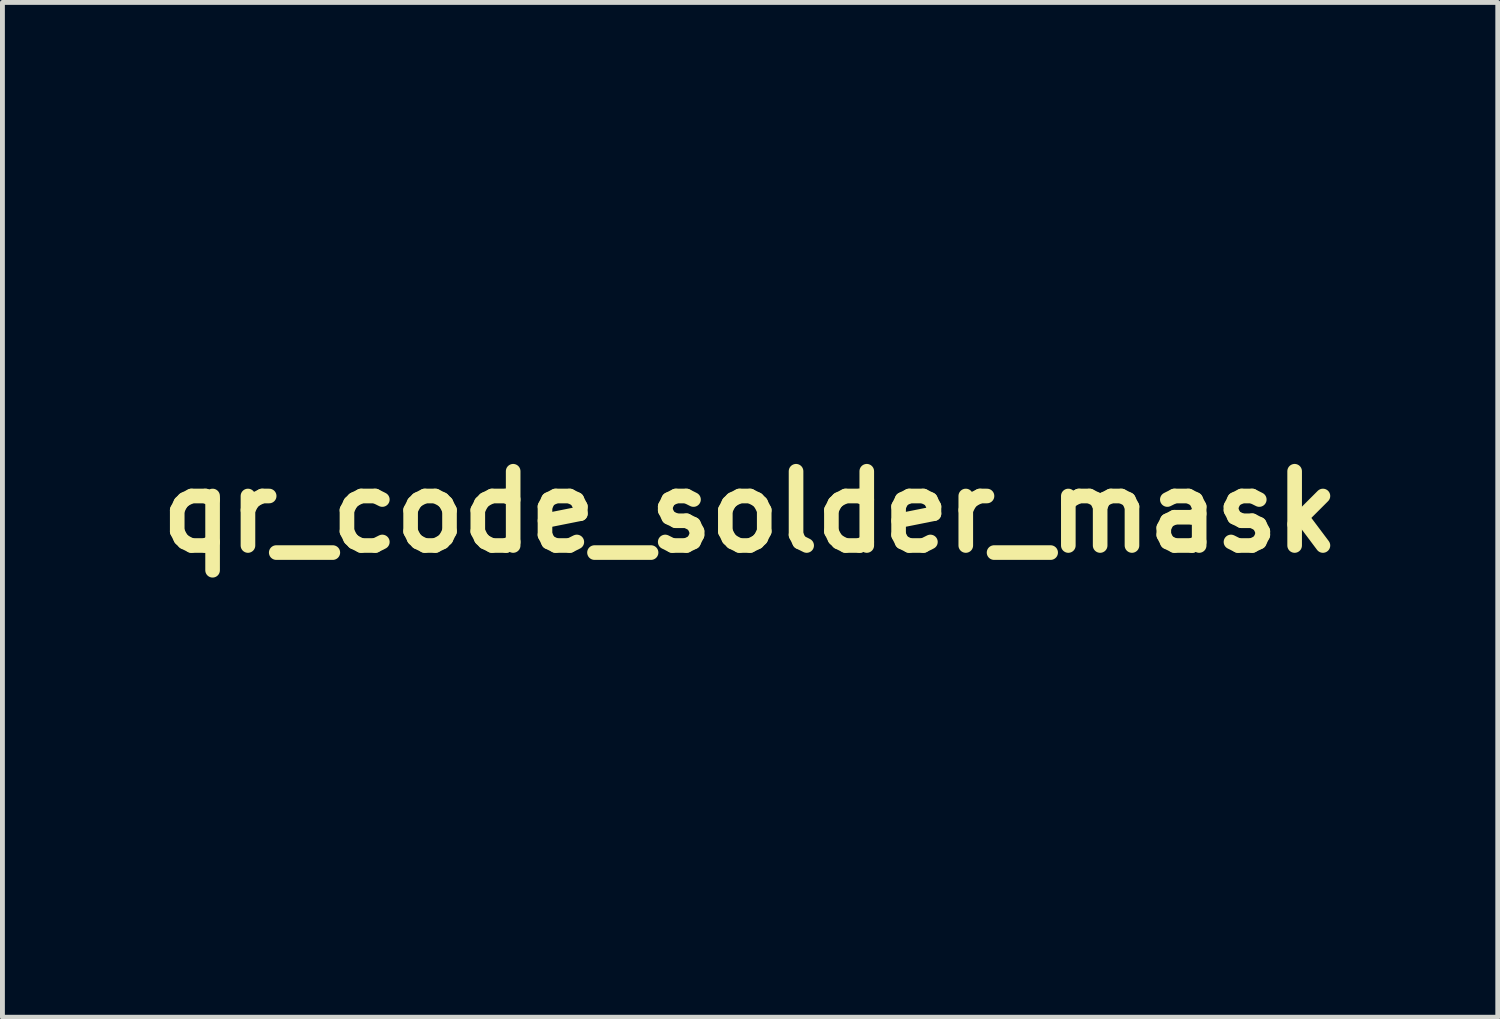
<source format=kicad_pcb>
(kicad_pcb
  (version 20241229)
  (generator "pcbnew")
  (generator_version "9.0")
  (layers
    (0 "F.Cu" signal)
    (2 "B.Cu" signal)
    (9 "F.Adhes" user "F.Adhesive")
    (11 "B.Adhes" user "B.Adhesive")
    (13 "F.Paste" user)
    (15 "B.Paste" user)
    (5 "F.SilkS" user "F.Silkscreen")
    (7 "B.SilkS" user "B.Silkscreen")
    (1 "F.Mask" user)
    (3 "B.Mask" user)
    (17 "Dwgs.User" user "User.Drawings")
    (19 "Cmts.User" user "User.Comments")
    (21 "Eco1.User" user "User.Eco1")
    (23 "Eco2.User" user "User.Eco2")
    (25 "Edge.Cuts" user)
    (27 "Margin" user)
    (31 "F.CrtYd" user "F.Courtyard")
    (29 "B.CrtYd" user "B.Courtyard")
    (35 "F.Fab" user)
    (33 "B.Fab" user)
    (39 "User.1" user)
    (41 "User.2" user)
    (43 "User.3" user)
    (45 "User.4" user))
  (footprint "qr_code_solder_mask"
    (layer "F.Cu")
    (at 12.344 7.456)
    (property "Reference" "qr_code_solder_mask" (at 0 0 0) (layer "F.SilkS") (effects (font (size 1.524 1.524) (thickness 0.3))))
    (attr through_hole)
    (fp_poly (pts (xy -4.487 -4.487) (xy -6.265 -4.487) (xy -6.265 -6.265) (xy -4.487 -6.265) (xy -4.487 -4.487)) (stroke (width 0.01) (type solid)) (fill yes) (layer "F.Mask"))
    (fp_poly (pts (xy -4.487 6.181) (xy -6.265 6.181) (xy -6.265 4.403) (xy -4.487 4.403) (xy -4.487 6.181)) (stroke (width 0.01) (type solid)) (fill yes) (layer "F.Mask"))
    (fp_poly (pts (xy -1.524 -6.858) (xy -2.709 -6.858) (xy -2.709 -7.451) (xy -1.524 -7.451) (xy -1.524 -6.858)) (stroke (width 0.01) (type solid)) (fill yes) (layer "F.Mask"))
    (fp_poly (pts (xy 6.181 -4.487) (xy 4.403 -4.487) (xy 4.403 -6.265) (xy 6.181 -6.265) (xy 6.181 -4.487)) (stroke (width 0.01) (type solid)) (fill yes) (layer "F.Mask"))
    (fp_poly (pts (xy -2.117 3.217) (xy -2.413 3.217) (xy -2.612 3.204) (xy -2.693 3.13) (xy -2.709 2.944) (xy -2.709 2.921) (xy -2.709 2.625) (xy -4.487 2.625) (xy -4.487 2.032) (xy -2.117 2.032) (xy -2.117 3.217)) (stroke (width 0.01) (type solid)) (fill yes) (layer "F.Mask"))
    (fp_poly (pts (xy -3.302 -3.302) (xy -7.451 -3.302) (xy -7.451 -6.858) (xy -6.858 -6.858) (xy -6.858 -3.895) (xy -3.895 -3.895) (xy -3.895 -6.858) (xy -6.858 -6.858) (xy -7.451 -6.858) (xy -7.451 -7.451) (xy -3.302 -7.451) (xy -3.302 -3.302)) (stroke (width 0.01) (type solid)) (fill yes) (layer "F.Mask"))
    (fp_poly (pts (xy -3.302 7.366) (xy -7.451 7.366) (xy -7.451 3.81) (xy -6.858 3.81) (xy -6.858 6.773) (xy -3.895 6.773) (xy -3.895 3.81) (xy -6.858 3.81) (xy -7.451 3.81) (xy -7.451 3.217) (xy -3.302 3.217) (xy -3.302 7.366)) (stroke (width 0.01) (type solid)) (fill yes) (layer "F.Mask"))
    (fp_poly (pts (xy 7.366 -3.302) (xy 3.217 -3.302) (xy 3.217 -6.858) (xy 3.81 -6.858) (xy 3.81 -3.895) (xy 6.773 -3.895) (xy 6.773 -6.858) (xy 3.81 -6.858) (xy 3.217 -6.858) (xy 3.217 -7.451) (xy 7.366 -7.451) (xy 7.366 -3.302)) (stroke (width 0.01) (type solid)) (fill yes) (layer "F.Mask"))
    (fp_poly (pts (xy -6.858 1.736) (xy -6.871 1.934) (xy -6.945 2.016) (xy -7.132 2.032) (xy -7.154 2.032) (xy -7.353 2.019) (xy -7.434 1.945) (xy -7.451 1.758) (xy -7.451 1.736) (xy -7.438 1.537) (xy -7.364 1.456) (xy -7.177 1.439) (xy -7.154 1.439) (xy -6.858 1.439) (xy -6.858 1.736)) (stroke (width 0.01) (type solid)) (fill yes) (layer "F.Mask"))
    (fp_poly (pts (xy -3.4 -2.696) (xy -3.318 -2.622) (xy -3.302 -2.436) (xy -3.302 -2.413) (xy -3.315 -2.214) (xy -3.389 -2.133) (xy -3.576 -2.117) (xy -3.598 -2.117) (xy -3.797 -2.13) (xy -3.878 -2.204) (xy -3.895 -2.39) (xy -3.895 -2.413) (xy -3.882 -2.612) (xy -3.808 -2.693) (xy -3.621 -2.709) (xy -3.598 -2.709) (xy -3.4 -2.696)) (stroke (width 0.01) (type solid)) (fill yes) (layer "F.Mask"))
    (fp_poly (pts (xy -3.4 -0.326) (xy -3.318 -0.252) (xy -3.302 -0.065) (xy -3.302 -0.042) (xy -3.315 0.156) (xy -3.389 0.238) (xy -3.576 0.254) (xy -3.598 0.254) (xy -3.797 0.241) (xy -3.878 0.167) (xy -3.895 -0.02) (xy -3.895 -0.042) (xy -3.882 -0.241) (xy -3.808 -0.322) (xy -3.621 -0.339) (xy -3.598 -0.339) (xy -3.4 -0.326)) (stroke (width 0.01) (type solid)) (fill yes) (layer "F.Mask"))
    (fp_poly (pts (xy -1.029 -3.882) (xy -0.948 -3.808) (xy -0.931 -3.621) (xy -0.931 -3.598) (xy -0.944 -3.4) (xy -1.018 -3.318) (xy -1.205 -3.302) (xy -1.228 -3.302) (xy -1.426 -3.315) (xy -1.508 -3.389) (xy -1.524 -3.576) (xy -1.524 -3.598) (xy -1.511 -3.797) (xy -1.437 -3.878) (xy -1.25 -3.895) (xy -1.228 -3.895) (xy -1.029 -3.882)) (stroke (width 0.01) (type solid)) (fill yes) (layer "F.Mask"))
    (fp_poly (pts (xy 2.527 -6.845) (xy 2.608 -6.771) (xy 2.625 -6.584) (xy 2.625 -6.562) (xy 2.612 -6.363) (xy 2.538 -6.282) (xy 2.351 -6.265) (xy 2.328 -6.265) (xy 2.13 -6.278) (xy 2.048 -6.352) (xy 2.032 -6.539) (xy 2.032 -6.562) (xy 2.045 -6.76) (xy 2.119 -6.842) (xy 2.306 -6.858) (xy 2.328 -6.858) (xy 2.527 -6.845)) (stroke (width 0.01) (type solid)) (fill yes) (layer "F.Mask"))
    (fp_poly (pts (xy 3.712 3.23) (xy 3.794 3.304) (xy 3.81 3.491) (xy 3.81 3.514) (xy 3.797 3.712) (xy 3.723 3.794) (xy 3.536 3.81) (xy 3.514 3.81) (xy 3.315 3.797) (xy 3.234 3.723) (xy 3.217 3.536) (xy 3.217 3.514) (xy 3.23 3.315) (xy 3.304 3.234) (xy 3.491 3.217) (xy 3.514 3.217) (xy 3.712 3.23)) (stroke (width 0.01) (type solid)) (fill yes) (layer "F.Mask"))
    (fp_poly (pts (xy 0.156 -2.696) (xy 0.238 -2.622) (xy 0.254 -2.436) (xy 0.254 -2.413) (xy 0.267 -2.214) (xy 0.341 -2.133) (xy 0.528 -2.117) (xy 0.55 -2.117) (xy 0.749 -2.104) (xy 0.83 -2.03) (xy 0.847 -1.843) (xy 0.847 -1.82) (xy 0.847 -1.524) (xy -0.339 -1.524) (xy -0.339 0.254) (xy -0.931 0.254) (xy -0.931 -2.117) (xy -0.635 -2.117) (xy -0.436 -2.13) (xy -0.355 -2.204) (xy -0.339 -2.39) (xy -0.339 -2.413) (xy -0.326 -2.612) (xy -0.252 -2.693) (xy -0.065 -2.709) (xy -0.042 -2.709) (xy 0.156 -2.696)) (stroke (width 0.01) (type solid)) (fill yes) (layer "F.Mask"))
    (fp_poly (pts (xy -5.178 -0.918) (xy -5.096 -0.844) (xy -5.08 -0.658) (xy -5.08 -0.635) (xy -5.067 -0.436) (xy -4.993 -0.355) (xy -4.806 -0.339) (xy -4.784 -0.339) (xy -4.585 -0.326) (xy -4.504 -0.252) (xy -4.487 -0.065) (xy -4.487 -0.042) (xy -4.5 0.156) (xy -4.574 0.238) (xy -4.761 0.254) (xy -4.784 0.254) (xy -4.982 0.241) (xy -5.064 0.167) (xy -5.08 -0.02) (xy -5.08 -0.042) (xy -5.093 -0.241) (xy -5.167 -0.322) (xy -5.354 -0.339) (xy -5.376 -0.339) (xy -5.575 -0.352) (xy -5.656 -0.426) (xy -5.673 -0.612) (xy -5.673 -0.635) (xy -5.66 -0.834) (xy -5.586 -0.915) (xy -5.399 -0.931) (xy -5.376 -0.931) (xy -5.178 -0.918)) (stroke (width 0.01) (type solid)) (fill yes) (layer "F.Mask"))
    (fp_poly (pts (xy -0.931 4.106) (xy -0.918 4.305) (xy -0.844 4.386) (xy -0.658 4.403) (xy -0.635 4.403) (xy -0.339 4.403) (xy -0.339 5.588) (xy -0.042 5.588) (xy 0.156 5.575) (xy 0.238 5.501) (xy 0.254 5.314) (xy 0.254 5.292) (xy 0.267 5.093) (xy 0.341 5.012) (xy 0.528 4.995) (xy 0.55 4.995) (xy 0.847 4.995) (xy 0.847 6.181) (xy 1.439 6.181) (xy 1.439 6.477) (xy 1.452 6.676) (xy 1.526 6.757) (xy 1.713 6.773) (xy 1.736 6.773) (xy 1.934 6.786) (xy 2.016 6.86) (xy 2.032 7.047) (xy 2.032 7.07) (xy 2.019 7.268) (xy 1.945 7.35) (xy 1.758 7.366) (xy 1.736 7.366) (xy 1.537 7.353) (xy 1.456 7.279) (xy 1.439 7.092) (xy 1.439 7.07) (xy 1.426 6.871) (xy 1.352 6.79) (xy 1.166 6.773) (xy 1.143 6.773) (xy 0.944 6.786) (xy 0.863 6.86) (xy 0.847 7.047) (xy 0.847 7.07) (xy 0.834 7.268) (xy 0.76 7.35) (xy 0.573 7.366) (xy 0.55 7.366) (xy 0.254 7.366) (xy 0.254 6.181) (xy -0.931 6.181) (xy -0.931 6.477) (xy -0.918 6.676) (xy -0.844 6.757) (xy -0.658 6.773) (xy -0.635 6.773) (xy -0.436 6.786) (xy -0.355 6.86) (xy -0.339 7.047) (xy -0.339 7.07) (xy -0.339 7.366) (xy -2.709 7.366) (xy -2.709 4.995) (xy -2.117 4.995) (xy -2.117 6.181) (xy -0.931 6.181) (xy -0.931 5.884) (xy -0.944 5.686) (xy -1.018 5.604) (xy -1.205 5.588) (xy -1.228 5.588) (xy -1.426 5.575) (xy -1.508 5.501) (xy -1.524 5.314) (xy -1.524 5.292) (xy -1.537 5.093) (xy -1.611 5.012) (xy -1.798 4.995) (xy -1.82 4.995) (xy -2.117 4.995) (xy -2.117 3.81) (xy -0.931 3.81) (xy -0.931 4.106)) (stroke (width 0.01) (type solid)) (fill yes) (layer "F.Mask"))
    (fp_poly (pts (xy -6.858 -0.339) (xy -7.154 -0.339) (xy -7.353 -0.352) (xy -7.434 -0.426) (xy -7.451 -0.612) (xy -7.451 -0.635) (xy -7.438 -0.834) (xy -7.364 -0.915) (xy -7.177 -0.931) (xy -7.154 -0.931) (xy -6.956 -0.944) (xy -6.874 -1.018) (xy -6.858 -1.205) (xy -6.858 -1.228) (xy -6.871 -1.426) (xy -6.945 -1.508) (xy -7.132 -1.524) (xy -7.154 -1.524) (xy -7.451 -1.524) (xy -7.451 -2.117) (xy -6.858 -2.117) (xy -6.858 -1.82) (xy -6.845 -1.622) (xy -6.771 -1.54) (xy -6.584 -1.524) (xy -6.562 -1.524) (xy -6.363 -1.511) (xy -6.282 -1.437) (xy -6.265 -1.25) (xy -6.265 -1.228) (xy -6.278 -1.029) (xy -6.352 -0.948) (xy -6.539 -0.931) (xy -6.562 -0.931) (xy -6.76 -0.918) (xy -6.842 -0.844) (xy -6.858 -0.658) (xy -6.858 -0.635) (xy -6.845 -0.436) (xy -6.771 -0.355) (xy -6.584 -0.339) (xy -6.562 -0.339) (xy -6.363 -0.326) (xy -6.282 -0.252) (xy -6.265 -0.065) (xy -6.265 -0.042) (xy -6.252 0.156) (xy -6.178 0.238) (xy -5.992 0.254) (xy -5.969 0.254) (xy -5.673 0.254) (xy -5.673 1.439) (xy -5.376 1.439) (xy -5.178 1.426) (xy -5.096 1.352) (xy -5.08 1.166) (xy -5.08 1.143) (xy -5.067 0.944) (xy -4.993 0.863) (xy -4.806 0.847) (xy -4.784 0.847) (xy -4.585 0.834) (xy -4.504 0.76) (xy -4.487 0.573) (xy -4.487 0.55) (xy -4.474 0.352) (xy -4.4 0.27) (xy -4.214 0.254) (xy -4.191 0.254) (xy -3.992 0.267) (xy -3.911 0.341) (xy -3.895 0.528) (xy -3.895 0.55) (xy -3.882 0.749) (xy -3.808 0.83) (xy -3.621 0.847) (xy -3.598 0.847) (xy -3.4 0.834) (xy -3.318 0.76) (xy -3.302 0.573) (xy -3.302 0.55) (xy -3.289 0.352) (xy -3.215 0.27) (xy -3.028 0.254) (xy -3.006 0.254) (xy -2.807 0.241) (xy -2.726 0.167) (xy -2.709 -0.02) (xy -2.709 -0.042) (xy -2.709 -0.339) (xy -1.524 -0.339) (xy -1.524 -0.042) (xy -1.511 0.156) (xy -1.437 0.238) (xy -1.25 0.254) (xy -1.228 0.254) (xy -0.931 0.254) (xy -0.931 1.439) (xy -0.339 1.439) (xy -0.339 0.254) (xy 0.254 0.254) (xy 0.254 -0.931) (xy 0.55 -0.931) (xy 0.749 -0.944) (xy 0.83 -1.018) (xy 0.847 -1.205) (xy 0.847 -1.228) (xy 0.86 -1.426) (xy 0.934 -1.508) (xy 1.12 -1.524) (xy 1.143 -1.524) (xy 1.439 -1.524) (xy 1.439 -0.339) (xy 1.736 -0.339) (xy 1.934 -0.326) (xy 2.016 -0.252) (xy 2.032 -0.065) (xy 2.032 -0.042) (xy 2.045 0.156) (xy 2.119 0.238) (xy 2.306 0.254) (xy 2.328 0.254) (xy 2.527 0.241) (xy 2.608 0.167) (xy 2.625 -0.02) (xy 2.625 -0.042) (xy 2.638 -0.241) (xy 2.712 -0.322) (xy 2.898 -0.339) (xy 2.921 -0.339) (xy 3.12 -0.352) (xy 3.201 -0.426) (xy 3.217 -0.612) (xy 3.217 -0.635) (xy 4.403 -0.635) (xy 4.416 -0.436) (xy 4.49 -0.355) (xy 4.676 -0.339) (xy 4.699 -0.339) (xy 4.995 -0.339) (xy 4.995 2.032) (xy 6.773 2.032) (xy 6.773 1.439) (xy 5.588 1.439) (xy 5.588 0.847) (xy 6.773 0.847) (xy 6.773 0.254) (xy 5.588 0.254) (xy 5.588 -0.042) (xy 5.575 -0.241) (xy 5.501 -0.322) (xy 5.314 -0.339) (xy 5.292 -0.339) (xy 5.093 -0.352) (xy 5.012 -0.426) (xy 4.995 -0.612) (xy 4.995 -0.635) (xy 4.982 -0.834) (xy 4.908 -0.915) (xy 4.722 -0.931) (xy 4.699 -0.931) (xy 4.5 -0.918) (xy 4.419 -0.844) (xy 4.403 -0.658) (xy 4.403 -0.635) (xy 3.217 -0.635) (xy 3.204 -0.834) (xy 3.13 -0.915) (xy 2.944 -0.931) (xy 2.921 -0.931) (xy 2.722 -0.918) (xy 2.641 -0.844) (xy 2.625 -0.658) (xy 2.625 -0.635) (xy 2.612 -0.436) (xy 2.538 -0.355) (xy 2.351 -0.339) (xy 2.328 -0.339) (xy 2.032 -0.339) (xy 2.032 -2.709) (xy 1.736 -2.709) (xy 1.537 -2.696) (xy 1.456 -2.622) (xy 1.439 -2.436) (xy 1.439 -2.413) (xy 1.426 -2.214) (xy 1.352 -2.133) (xy 1.166 -2.117) (xy 1.143 -2.117) (xy 0.847 -2.117) (xy 0.847 -3.895) (xy 0.55 -3.895) (xy 0.352 -3.882) (xy 0.27 -3.808) (xy 0.254 -3.621) (xy 0.254 -3.598) (xy 0.241 -3.4) (xy 0.167 -3.318) (xy -0.02 -3.302) (xy -0.042 -3.302) (xy -0.339 -3.302) (xy -0.339 -4.487) (xy -1.524 -4.487) (xy -1.524 -4.191) (xy -1.537 -3.992) (xy -1.611 -3.911) (xy -1.798 -3.895) (xy -1.82 -3.895) (xy -2.019 -3.882) (xy -2.1 -3.808) (xy -2.117 -3.621) (xy -2.117 -3.598) (xy -2.104 -3.4) (xy -2.03 -3.318) (xy -1.843 -3.302) (xy -1.82 -3.302) (xy -1.622 -3.289) (xy -1.54 -3.215) (xy -1.524 -3.028) (xy -1.524 -3.006) (xy -1.537 -2.807) (xy -1.611 -2.726) (xy -1.798 -2.709) (xy -1.82 -2.709) (xy -2.019 -2.696) (xy -2.1 -2.622) (xy -2.117 -2.436) (xy -2.117 -2.413) (xy -2.104 -2.214) (xy -2.03 -2.133) (xy -1.843 -2.117) (xy -1.82 -2.117) (xy -1.622 -2.104) (xy -1.54 -2.03) (xy -1.524 -1.843) (xy -1.524 -1.82) (xy -1.524 -1.524) (xy -2.709 -1.524) (xy -2.709 -0.931) (xy -5.08 -0.931) (xy -5.08 -1.228) (xy -5.093 -1.426) (xy -5.167 -1.508) (xy -5.354 -1.524) (xy -5.376 -1.524) (xy -5.575 -1.537) (xy -5.656 -1.611) (xy -5.673 -1.798) (xy -5.673 -1.82) (xy -5.673 -2.117) (xy -6.858 -2.117) (xy -7.451 -2.117) (xy -7.451 -2.709) (xy -5.08 -2.709) (xy -5.08 -2.413) (xy -5.067 -2.214) (xy -4.993 -2.133) (xy -4.806 -2.117) (xy -4.784 -2.117) (xy -4.585 -2.104) (xy -4.504 -2.03) (xy -4.487 -1.843) (xy -4.487 -1.82) (xy -4.487 -1.524) (xy -2.709 -1.524) (xy -2.709 -2.709) (xy -2.413 -2.709) (xy -2.214 -2.722) (xy -2.133 -2.796) (xy -2.117 -2.983) (xy -2.117 -3.006) (xy -2.13 -3.204) (xy -2.204 -3.286) (xy -2.39 -3.302) (xy -2.413 -3.302) (xy -2.612 -3.315) (xy -2.693 -3.389) (xy -2.709 -3.576) (xy -2.709 -3.598) (xy -2.696 -3.797) (xy -2.622 -3.878) (xy -2.436 -3.895) (xy -2.413 -3.895) (xy -2.214 -3.908) (xy -2.133 -3.982) (xy -2.117 -4.168) (xy -2.117 -4.191) (xy -2.13 -4.39) (xy -2.204 -4.471) (xy -2.39 -4.487) (xy -2.413 -4.487) (xy -2.709 -4.487) (xy -2.709 -4.784) (xy -0.339 -4.784) (xy -0.339 -4.487) (xy -0.042 -4.487) (xy 0.156 -4.5) (xy 0.238 -4.574) (xy 0.254 -4.761) (xy 0.254 -4.784) (xy 0.241 -4.982) (xy 0.167 -5.064) (xy -0.02 -5.08) (xy -0.042 -5.08) (xy -0.241 -5.067) (xy -0.322 -4.993) (xy -0.339 -4.806) (xy -0.339 -4.784) (xy -2.709 -4.784) (xy -2.709 -6.265) (xy -2.413 -6.265) (xy -2.214 -6.252) (xy -2.133 -6.178) (xy -2.117 -5.992) (xy -2.117 -5.969) (xy -2.104 -5.77) (xy -2.03 -5.689) (xy -1.843 -5.673) (xy -1.82 -5.673) (xy -1.622 -5.66) (xy -1.54 -5.586) (xy -1.524 -5.399) (xy -1.524 -5.376) (xy -1.511 -5.178) (xy -1.437 -5.096) (xy -1.25 -5.08) (xy -1.228 -5.08) (xy -0.931 -5.08) (xy -0.931 -6.265) (xy 0.254 -6.265) (xy 0.254 -7.451) (xy 0.847 -7.451) (xy 0.847 -5.673) (xy 2.032 -5.673) (xy 2.032 -5.376) (xy 2.045 -5.178) (xy 2.119 -5.096) (xy 2.306 -5.08) (xy 2.328 -5.08) (xy 2.527 -5.067) (xy 2.608 -4.993) (xy 2.625 -4.806) (xy 2.625 -4.784) (xy 2.625 -4.487) (xy 1.439 -4.487) (xy 1.439 -3.302) (xy 1.736 -3.302) (xy 1.934 -3.315) (xy 2.016 -3.389) (xy 2.032 -3.576) (xy 2.032 -3.598) (xy 2.045 -3.797) (xy 2.119 -3.878) (xy 2.306 -3.895) (xy 2.328 -3.895) (xy 2.625 -3.895) (xy 2.625 -2.709) (xy 3.217 -2.709) (xy 3.217 -0.931) (xy 3.81 -0.931) (xy 3.81 -2.117) (xy 4.106 -2.117) (xy 4.305 -2.13) (xy 4.386 -2.204) (xy 4.403 -2.39) (xy 4.403 -2.413) (xy 4.403 -2.709) (xy 6.181 -2.709) (xy 6.181 -2.413) (xy 6.194 -2.214) (xy 6.268 -2.133) (xy 6.454 -2.117) (xy 6.477 -2.117) (xy 6.676 -2.13) (xy 6.757 -2.204) (xy 6.773 -2.39) (xy 6.773 -2.413) (xy 6.786 -2.612) (xy 6.86 -2.693) (xy 7.047 -2.709) (xy 7.07 -2.709) (xy 7.268 -2.696) (xy 7.35 -2.622) (xy 7.366 -2.436) (xy 7.366 -2.413) (xy 7.353 -2.214) (xy 7.279 -2.133) (xy 7.092 -2.117) (xy 7.07 -2.117) (xy 6.871 -2.104) (xy 6.79 -2.03) (xy 6.773 -1.843) (xy 6.773 -1.82) (xy 6.76 -1.622) (xy 6.686 -1.54) (xy 6.5 -1.524) (xy 6.477 -1.524) (xy 6.278 -1.537) (xy 6.197 -1.611) (xy 6.181 -1.798) (xy 6.181 -1.82) (xy 6.181 -2.117) (xy 4.403 -2.117) (xy 4.403 -1.82) (xy 4.416 -1.622) (xy 4.49 -1.54) (xy 4.676 -1.524) (xy 4.699 -1.524) (xy 4.898 -1.511) (xy 4.979 -1.437) (xy 4.995 -1.25) (xy 4.995 -1.228) (xy 4.995 -0.931) (xy 6.181 -0.931) (xy 6.181 -0.339) (xy 7.366 -0.339) (xy 7.366 0.847) (xy 7.07 0.847) (xy 6.871 0.86) (xy 6.79 0.934) (xy 6.773 1.12) (xy 6.773 1.143) (xy 6.786 1.342) (xy 6.86 1.423) (xy 7.047 1.439) (xy 7.07 1.439) (xy 7.366 1.439) (xy 7.366 3.81) (xy 7.07 3.81) (xy 6.871 3.823) (xy 6.79 3.897) (xy 6.773 4.084) (xy 6.773 4.106) (xy 6.786 4.305) (xy 6.86 4.386) (xy 7.047 4.403) (xy 7.07 4.403) (xy 7.366 4.403) (xy 7.366 5.588) (xy 7.07 5.588) (xy 6.871 5.601) (xy 6.79 5.675) (xy 6.773 5.862) (xy 6.773 5.884) (xy 6.76 6.083) (xy 6.686 6.164) (xy 6.5 6.181) (xy 6.477 6.181) (xy 6.278 6.194) (xy 6.197 6.268) (xy 6.181 6.454) (xy 6.181 6.477) (xy 6.181 6.773) (xy 7.366 6.773) (xy 7.366 7.366) (xy 3.81 7.366) (xy 3.81 7.07) (xy 3.797 6.871) (xy 3.723 6.79) (xy 3.536 6.773) (xy 3.514 6.773) (xy 3.315 6.786) (xy 3.234 6.86) (xy 3.217 7.047) (xy 3.217 7.07) (xy 3.204 7.268) (xy 3.13 7.35) (xy 2.944 7.366) (xy 2.921 7.366) (xy 2.625 7.366) (xy 2.625 6.181) (xy 1.439 6.181) (xy 1.439 4.995) (xy 1.736 4.995) (xy 3.81 4.995) (xy 3.81 6.773) (xy 4.403 6.773) (xy 4.403 5.588) (xy 4.995 5.588) (xy 4.995 6.773) (xy 5.588 6.773) (xy 5.588 5.588) (xy 4.995 5.588) (xy 4.403 5.588) (xy 4.403 4.995) (xy 3.81 4.995) (xy 1.736 4.995) (xy 1.934 4.982) (xy 2.016 4.908) (xy 2.032 4.722) (xy 2.032 4.699) (xy 2.019 4.5) (xy 1.945 4.419) (xy 1.758 4.403) (xy 1.736 4.403) (xy 1.537 4.39) (xy 1.456 4.316) (xy 1.439 4.129) (xy 1.439 4.106) (xy 1.452 3.908) (xy 1.526 3.826) (xy 1.713 3.81) (xy 1.736 3.81) (xy 1.934 3.797) (xy 2.016 3.723) (xy 2.032 3.536) (xy 2.032 3.514) (xy 2.019 3.315) (xy 1.945 3.234) (xy 1.758 3.217) (xy 1.736 3.217) (xy 1.537 3.204) (xy 1.456 3.13) (xy 1.439 2.944) (xy 1.439 2.921) (xy 1.452 2.722) (xy 1.526 2.641) (xy 1.713 2.625) (xy 1.736 2.625) (xy 2.625 2.625) (xy 2.625 4.403) (xy 4.403 4.403) (xy 4.403 2.625) (xy 4.995 2.625) (xy 4.995 4.403) (xy 5.292 4.403) (xy 5.49 4.416) (xy 5.572 4.49) (xy 5.588 4.676) (xy 5.588 4.699) (xy 5.601 4.898) (xy 5.675 4.979) (xy 5.862 4.995) (xy 5.884 4.995) (xy 6.181 4.995) (xy 6.181 3.81) (xy 5.588 3.81) (xy 5.588 2.921) (xy 6.181 2.921) (xy 6.194 3.12) (xy 6.268 3.201) (xy 6.454 3.217) (xy 6.477 3.217) (xy 6.676 3.204) (xy 6.757 3.13) (xy 6.773 2.944) (xy 6.773 2.921) (xy 6.76 2.722) (xy 6.686 2.641) (xy 6.5 2.625) (xy 6.477 2.625) (xy 6.278 2.638) (xy 6.197 2.712) (xy 6.181 2.898) (xy 6.181 2.921) (xy 5.588 2.921) (xy 5.588 2.625) (xy 4.995 2.625) (xy 4.403 2.625) (xy 2.625 2.625) (xy 1.736 2.625) (xy 1.934 2.612) (xy 2.016 2.538) (xy 2.032 2.351) (xy 2.032 2.328) (xy 2.019 2.13) (xy 1.945 2.048) (xy 1.758 2.032) (xy 1.736 2.032) (xy 1.537 2.019) (xy 1.456 1.945) (xy 1.439 1.758) (xy 1.439 1.736) (xy 1.426 1.537) (xy 1.352 1.456) (xy 1.166 1.439) (xy 1.143 1.439) (xy 0.944 1.426) (xy 0.863 1.352) (xy 0.847 1.166) (xy 0.847 1.143) (xy 1.439 1.143) (xy 1.452 1.342) (xy 1.526 1.423) (xy 1.713 1.439) (xy 1.736 1.439) (xy 1.934 1.452) (xy 2.016 1.526) (xy 2.032 1.713) (xy 2.032 1.736) (xy 2.045 1.934) (xy 2.119 2.016) (xy 2.306 2.032) (xy 2.328 2.032) (xy 2.527 2.019) (xy 2.608 1.945) (xy 2.625 1.758) (xy 2.625 1.736) (xy 2.612 1.537) (xy 2.538 1.456) (xy 2.351 1.439) (xy 2.328 1.439) (xy 2.13 1.426) (xy 2.048 1.352) (xy 2.032 1.166) (xy 2.032 1.143) (xy 2.019 0.944) (xy 1.945 0.863) (xy 1.758 0.847) (xy 1.736 0.847) (xy 3.217 0.847) (xy 3.217 2.032) (xy 3.514 2.032) (xy 3.712 2.019) (xy 3.794 1.945) (xy 3.81 1.758) (xy 3.81 1.736) (xy 3.823 1.537) (xy 3.897 1.456) (xy 4.084 1.439) (xy 4.106 1.439) (xy 4.305 1.426) (xy 4.386 1.352) (xy 4.403 1.166) (xy 4.403 1.143) (xy 4.403 0.847) (xy 3.217 0.847) (xy 1.736 0.847) (xy 1.537 0.86) (xy 1.456 0.934) (xy 1.439 1.12) (xy 1.439 1.143) (xy 0.847 1.143) (xy 0.834 0.944) (xy 0.76 0.863) (xy 0.573 0.847) (xy 0.55 0.847) (xy 0.254 0.847) (xy 0.254 2.032) (xy 0.55 2.032) (xy 0.749 2.045) (xy 0.83 2.119) (xy 0.847 2.306) (xy 0.847 2.328) (xy 0.834 2.527) (xy 0.76 2.608) (xy 0.573 2.625) (xy 0.55 2.625) (xy 0.352 2.638) (xy 0.27 2.712) (xy 0.254 2.898) (xy 0.254 2.921) (xy 0.267 3.12) (xy 0.341 3.201) (xy 0.528 3.217) (xy 0.55 3.217) (xy 0.749 3.23) (xy 0.83 3.304) (xy 0.847 3.491) (xy 0.847 3.514) (xy 0.847 3.81) (xy -0.339 3.81) (xy -0.339 3.217) (xy -1.524 3.217) (xy -1.524 2.328) (xy -0.339 2.328) (xy -0.326 2.527) (xy -0.252 2.608) (xy -0.065 2.625) (xy -0.042 2.625) (xy 0.156 2.612) (xy 0.238 2.538) (xy 0.254 2.351) (xy 0.254 2.328) (xy 0.241 2.13) (xy 0.167 2.048) (xy -0.02 2.032) (xy -0.042 2.032) (xy -0.241 2.045) (xy -0.322 2.119) (xy -0.339 2.306) (xy -0.339 2.328) (xy -1.524 2.328) (xy -1.524 2.032) (xy -1.228 2.032) (xy -1.029 2.019) (xy -0.948 1.945) (xy -0.931 1.758) (xy -0.931 1.736) (xy -0.944 1.537) (xy -1.018 1.456) (xy -1.205 1.439) (xy -1.228 1.439) (xy -1.426 1.426) (xy -1.508 1.352) (xy -1.524 1.166) (xy -1.524 1.143) (xy -1.524 0.847) (xy -3.302 0.847) (xy -3.302 1.439) (xy -4.487 1.439) (xy -4.487 2.032) (xy -5.673 2.032) (xy -5.673 2.328) (xy -5.686 2.527) (xy -5.76 2.608) (xy -5.946 2.625) (xy -5.969 2.625) (xy -6.168 2.612) (xy -6.249 2.538) (xy -6.265 2.351) (xy -6.265 2.328) (xy -6.252 2.13) (xy -6.178 2.048) (xy -5.992 2.032) (xy -5.969 2.032) (xy -5.77 2.019) (xy -5.689 1.945) (xy -5.673 1.758) (xy -5.673 1.736) (xy -5.673 1.439) (xy -6.858 1.439) (xy -6.858 -0.339)) (stroke (width 0.01) (type solid)) (fill yes) (layer "F.Mask")))
  (gr_rect
    (start -3 -3)
    (end 27.689 17.827)
    (stroke (width 0.1) (type default))
    (fill no)
    (layer "Edge.Cuts")))
</source>
